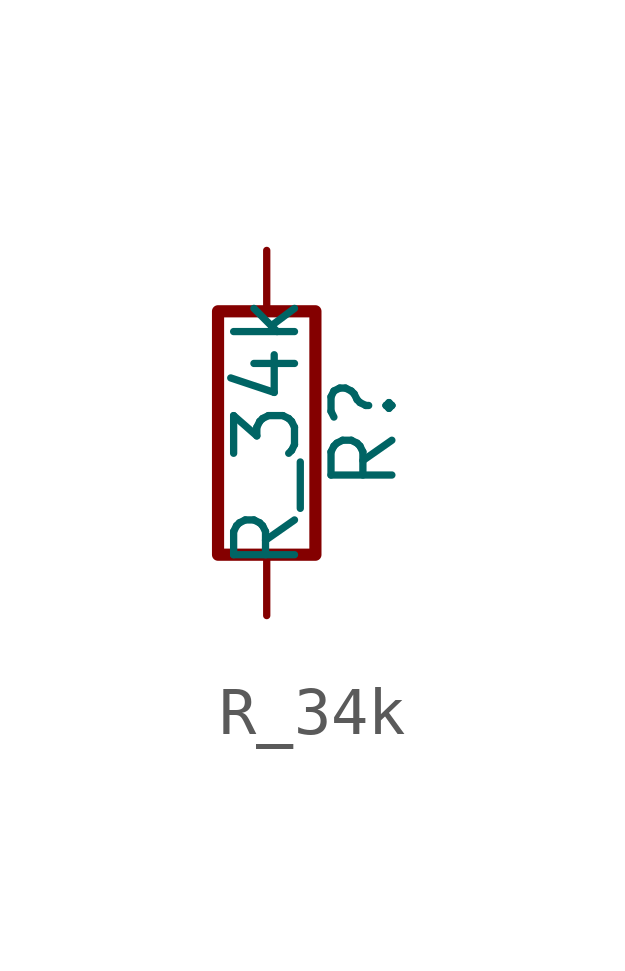
<source format=kicad_sym>
(kicad_symbol_lib
  (version 20241209)
  (generator "kicad_symbol_editor")
  (generator_version "9.0")
  (symbol "R_34k"
    (pin_numbers
      (hide yes))
    (pin_names
      (offset 0))
    (property "Reference" "R"
      (at 2.032 0 90)
      (effects (font (size 1.27 1.27))))
    (property "Value" "R_34k"
      (at 0 0 90)
      (effects (font (size 1.27 1.27))))
    (symbol "R_34k_0_1"
      (rectangle (start -1.016 -2.54) (end 1.016 2.54) (stroke (width 0.254) (type default)) (fill (type none))))
    (symbol "R_34k_1_1"
      (pin passive line (at 0 3.81 270) (length 1.27) (name "~" (effects (font (size 1.27 1.27)))) (number "1" (effects (font (size 1.27 1.27)))))
      (pin passive line (at 0 -3.81 90) (length 1.27) (name "~" (effects (font (size 1.27 1.27)))) (number "2" (effects (font (size 1.27 1.27))))))))
</source>
